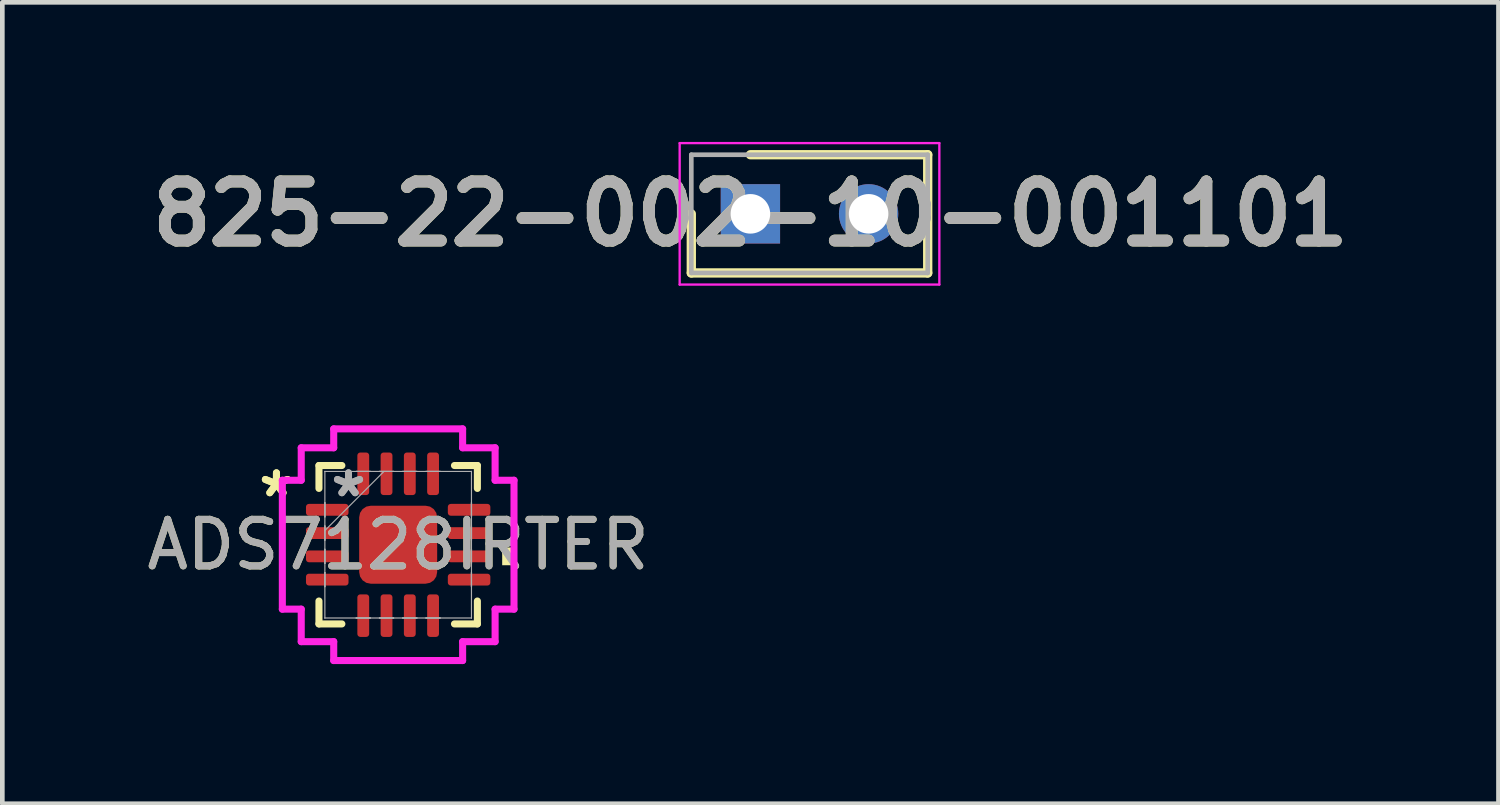
<source format=kicad_pcb>
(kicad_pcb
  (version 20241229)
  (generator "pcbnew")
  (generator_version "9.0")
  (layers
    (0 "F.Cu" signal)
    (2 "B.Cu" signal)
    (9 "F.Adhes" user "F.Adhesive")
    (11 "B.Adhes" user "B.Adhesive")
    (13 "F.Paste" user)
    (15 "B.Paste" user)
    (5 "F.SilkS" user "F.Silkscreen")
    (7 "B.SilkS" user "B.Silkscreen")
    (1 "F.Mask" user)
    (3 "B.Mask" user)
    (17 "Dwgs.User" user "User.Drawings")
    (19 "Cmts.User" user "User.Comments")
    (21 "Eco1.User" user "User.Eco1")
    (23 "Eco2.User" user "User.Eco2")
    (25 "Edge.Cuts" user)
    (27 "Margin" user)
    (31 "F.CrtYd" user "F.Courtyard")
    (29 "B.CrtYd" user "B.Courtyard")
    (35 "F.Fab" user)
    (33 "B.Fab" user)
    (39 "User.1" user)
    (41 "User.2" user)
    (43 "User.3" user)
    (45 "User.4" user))
  (footprint "ADS7128IRTER"
    (layer "F.Cu")
    (at 5.506 8.655)
    (property "Reference" "ADS7128IRTER" (at 0 0 0) (unlocked yes) (layer "F.SilkS") (effects (font (size 1 1) (thickness 0.15))))
    (attr smd)
    (fp_line (start -1.702 -1.702) (end -1.702 -1.21) (stroke (width 0.152) (type solid)) (layer "F.SilkS"))
    (fp_line (start -1.702 1.21) (end -1.702 1.702) (stroke (width 0.152) (type solid)) (layer "F.SilkS"))
    (fp_line (start -1.702 1.702) (end -1.21 1.702) (stroke (width 0.152) (type solid)) (layer "F.SilkS"))
    (fp_line (start -1.21 -1.702) (end -1.702 -1.702) (stroke (width 0.152) (type solid)) (layer "F.SilkS"))
    (fp_line (start 1.21 1.702) (end 1.702 1.702) (stroke (width 0.152) (type solid)) (layer "F.SilkS"))
    (fp_line (start 1.702 -1.702) (end 1.21 -1.702) (stroke (width 0.152) (type solid)) (layer "F.SilkS"))
    (fp_line (start 1.702 -1.21) (end 1.702 -1.702) (stroke (width 0.152) (type solid)) (layer "F.SilkS"))
    (fp_line (start 1.702 1.702) (end 1.702 1.21) (stroke (width 0.152) (type solid)) (layer "F.SilkS"))
    (fp_poly (pts (xy 2.489 0.059) (xy 2.489 0.441) (xy 2.235 0.441) (xy 2.235 0.059)) (stroke (width 0) (type solid)) (fill yes) (layer "F.SilkS"))
    (fp_line (start -2.489 -1.385) (end -2.083 -1.385) (stroke (width 0.152) (type solid)) (layer "F.CrtYd"))
    (fp_line (start -2.489 1.385) (end -2.489 -1.385) (stroke (width 0.152) (type solid)) (layer "F.CrtYd"))
    (fp_line (start -2.083 -2.083) (end -1.385 -2.083) (stroke (width 0.152) (type solid)) (layer "F.CrtYd"))
    (fp_line (start -2.083 -1.385) (end -2.083 -2.083) (stroke (width 0.152) (type solid)) (layer "F.CrtYd"))
    (fp_line (start -2.083 1.385) (end -2.489 1.385) (stroke (width 0.152) (type solid)) (layer "F.CrtYd"))
    (fp_line (start -2.083 2.083) (end -2.083 1.385) (stroke (width 0.152) (type solid)) (layer "F.CrtYd"))
    (fp_line (start -1.385 -2.489) (end 1.385 -2.489) (stroke (width 0.152) (type solid)) (layer "F.CrtYd"))
    (fp_line (start -1.385 -2.083) (end -1.385 -2.489) (stroke (width 0.152) (type solid)) (layer "F.CrtYd"))
    (fp_line (start -1.385 2.083) (end -2.083 2.083) (stroke (width 0.152) (type solid)) (layer "F.CrtYd"))
    (fp_line (start -1.385 2.489) (end -1.385 2.083) (stroke (width 0.152) (type solid)) (layer "F.CrtYd"))
    (fp_line (start 1.385 -2.489) (end 1.385 -2.083) (stroke (width 0.152) (type solid)) (layer "F.CrtYd"))
    (fp_line (start 1.385 -2.083) (end 2.083 -2.083) (stroke (width 0.152) (type solid)) (layer "F.CrtYd"))
    (fp_line (start 1.385 2.083) (end 1.385 2.489) (stroke (width 0.152) (type solid)) (layer "F.CrtYd"))
    (fp_line (start 1.385 2.489) (end -1.385 2.489) (stroke (width 0.152) (type solid)) (layer "F.CrtYd"))
    (fp_line (start 2.083 -2.083) (end 2.083 -1.385) (stroke (width 0.152) (type solid)) (layer "F.CrtYd"))
    (fp_line (start 2.083 -1.385) (end 2.489 -1.385) (stroke (width 0.152) (type solid)) (layer "F.CrtYd"))
    (fp_line (start 2.083 1.385) (end 2.083 2.083) (stroke (width 0.152) (type solid)) (layer "F.CrtYd"))
    (fp_line (start 2.083 2.083) (end 1.385 2.083) (stroke (width 0.152) (type solid)) (layer "F.CrtYd"))
    (fp_line (start 2.489 -1.385) (end 2.489 1.385) (stroke (width 0.152) (type solid)) (layer "F.CrtYd"))
    (fp_line (start 2.489 1.385) (end 2.083 1.385) (stroke (width 0.152) (type solid)) (layer "F.CrtYd"))
    (fp_line (start -1.575 -1.575) (end -1.575 -1.575) (stroke (width 0.025) (type solid)) (layer "F.Fab"))
    (fp_line (start -1.575 -1.575) (end -1.575 1.575) (stroke (width 0.025) (type solid)) (layer "F.Fab"))
    (fp_line (start -1.575 -0.902) (end -1.575 -0.902) (stroke (width 0.025) (type solid)) (layer "F.Fab"))
    (fp_line (start -1.575 -0.902) (end -1.575 -0.598) (stroke (width 0.025) (type solid)) (layer "F.Fab"))
    (fp_line (start -1.575 -0.598) (end -1.575 -0.902) (stroke (width 0.025) (type solid)) (layer "F.Fab"))
    (fp_line (start -1.575 -0.598) (end -1.575 -0.598) (stroke (width 0.025) (type solid)) (layer "F.Fab"))
    (fp_line (start -1.575 -0.402) (end -1.575 -0.402) (stroke (width 0.025) (type solid)) (layer "F.Fab"))
    (fp_line (start -1.575 -0.402) (end -1.575 -0.098) (stroke (width 0.025) (type solid)) (layer "F.Fab"))
    (fp_line (start -1.575 -0.305) (end -0.305 -1.575) (stroke (width 0.025) (type solid)) (layer "F.Fab"))
    (fp_line (start -1.575 -0.098) (end -1.575 -0.402) (stroke (width 0.025) (type solid)) (layer "F.Fab"))
    (fp_line (start -1.575 -0.098) (end -1.575 -0.098) (stroke (width 0.025) (type solid)) (layer "F.Fab"))
    (fp_line (start -1.575 0.098) (end -1.575 0.098) (stroke (width 0.025) (type solid)) (layer "F.Fab"))
    (fp_line (start -1.575 0.098) (end -1.575 0.402) (stroke (width 0.025) (type solid)) (layer "F.Fab"))
    (fp_line (start -1.575 0.402) (end -1.575 0.098) (stroke (width 0.025) (type solid)) (layer "F.Fab"))
    (fp_line (start -1.575 0.402) (end -1.575 0.402) (stroke (width 0.025) (type solid)) (layer "F.Fab"))
    (fp_line (start -1.575 0.598) (end -1.575 0.598) (stroke (width 0.025) (type solid)) (layer "F.Fab"))
    (fp_line (start -1.575 0.598) (end -1.575 0.902) (stroke (width 0.025) (type solid)) (layer "F.Fab"))
    (fp_line (start -1.575 0.902) (end -1.575 0.598) (stroke (width 0.025) (type solid)) (layer "F.Fab"))
    (fp_line (start -1.575 0.902) (end -1.575 0.902) (stroke (width 0.025) (type solid)) (layer "F.Fab"))
    (fp_line (start -1.575 1.575) (end -1.575 1.575) (stroke (width 0.025) (type solid)) (layer "F.Fab"))
    (fp_line (start -1.575 1.575) (end 1.575 1.575) (stroke (width 0.025) (type solid)) (layer "F.Fab"))
    (fp_line (start -0.902 -1.575) (end -0.902 -1.575) (stroke (width 0.025) (type solid)) (layer "F.Fab"))
    (fp_line (start -0.902 -1.575) (end -0.598 -1.575) (stroke (width 0.025) (type solid)) (layer "F.Fab"))
    (fp_line (start -0.902 1.575) (end -0.902 1.575) (stroke (width 0.025) (type solid)) (layer "F.Fab"))
    (fp_line (start -0.902 1.575) (end -0.598 1.575) (stroke (width 0.025) (type solid)) (layer "F.Fab"))
    (fp_line (start -0.598 -1.575) (end -0.902 -1.575) (stroke (width 0.025) (type solid)) (layer "F.Fab"))
    (fp_line (start -0.598 -1.575) (end -0.598 -1.575) (stroke (width 0.025) (type solid)) (layer "F.Fab"))
    (fp_line (start -0.598 1.575) (end -0.902 1.575) (stroke (width 0.025) (type solid)) (layer "F.Fab"))
    (fp_line (start -0.598 1.575) (end -0.598 1.575) (stroke (width 0.025) (type solid)) (layer "F.Fab"))
    (fp_line (start -0.402 -1.575) (end -0.402 -1.575) (stroke (width 0.025) (type solid)) (layer "F.Fab"))
    (fp_line (start -0.402 -1.575) (end -0.098 -1.575) (stroke (width 0.025) (type solid)) (layer "F.Fab"))
    (fp_line (start -0.402 1.575) (end -0.402 1.575) (stroke (width 0.025) (type solid)) (layer "F.Fab"))
    (fp_line (start -0.402 1.575) (end -0.098 1.575) (stroke (width 0.025) (type solid)) (layer "F.Fab"))
    (fp_line (start -0.098 -1.575) (end -0.402 -1.575) (stroke (width 0.025) (type solid)) (layer "F.Fab"))
    (fp_line (start -0.098 -1.575) (end -0.098 -1.575) (stroke (width 0.025) (type solid)) (layer "F.Fab"))
    (fp_line (start -0.098 1.575) (end -0.402 1.575) (stroke (width 0.025) (type solid)) (layer "F.Fab"))
    (fp_line (start -0.098 1.575) (end -0.098 1.575) (stroke (width 0.025) (type solid)) (layer "F.Fab"))
    (fp_line (start 0.098 -1.575) (end 0.098 -1.575) (stroke (width 0.025) (type solid)) (layer "F.Fab"))
    (fp_line (start 0.098 -1.575) (end 0.402 -1.575) (stroke (width 0.025) (type solid)) (layer "F.Fab"))
    (fp_line (start 0.098 1.575) (end 0.098 1.575) (stroke (width 0.025) (type solid)) (layer "F.Fab"))
    (fp_line (start 0.098 1.575) (end 0.402 1.575) (stroke (width 0.025) (type solid)) (layer "F.Fab"))
    (fp_line (start 0.402 -1.575) (end 0.098 -1.575) (stroke (width 0.025) (type solid)) (layer "F.Fab"))
    (fp_line (start 0.402 -1.575) (end 0.402 -1.575) (stroke (width 0.025) (type solid)) (layer "F.Fab"))
    (fp_line (start 0.402 1.575) (end 0.098 1.575) (stroke (width 0.025) (type solid)) (layer "F.Fab"))
    (fp_line (start 0.402 1.575) (end 0.402 1.575) (stroke (width 0.025) (type solid)) (layer "F.Fab"))
    (fp_line (start 0.598 -1.575) (end 0.598 -1.575) (stroke (width 0.025) (type solid)) (layer "F.Fab"))
    (fp_line (start 0.598 -1.575) (end 0.902 -1.575) (stroke (width 0.025) (type solid)) (layer "F.Fab"))
    (fp_line (start 0.598 1.575) (end 0.598 1.575) (stroke (width 0.025) (type solid)) (layer "F.Fab"))
    (fp_line (start 0.598 1.575) (end 0.902 1.575) (stroke (width 0.025) (type solid)) (layer "F.Fab"))
    (fp_line (start 0.902 -1.575) (end 0.598 -1.575) (stroke (width 0.025) (type solid)) (layer "F.Fab"))
    (fp_line (start 0.902 -1.575) (end 0.902 -1.575) (stroke (width 0.025) (type solid)) (layer "F.Fab"))
    (fp_line (start 0.902 1.575) (end 0.598 1.575) (stroke (width 0.025) (type solid)) (layer "F.Fab"))
    (fp_line (start 0.902 1.575) (end 0.902 1.575) (stroke (width 0.025) (type solid)) (layer "F.Fab"))
    (fp_line (start 1.575 -1.575) (end -1.575 -1.575) (stroke (width 0.025) (type solid)) (layer "F.Fab"))
    (fp_line (start 1.575 -1.575) (end 1.575 -1.575) (stroke (width 0.025) (type solid)) (layer "F.Fab"))
    (fp_line (start 1.575 -0.902) (end 1.575 -0.902) (stroke (width 0.025) (type solid)) (layer "F.Fab"))
    (fp_line (start 1.575 -0.902) (end 1.575 -0.598) (stroke (width 0.025) (type solid)) (layer "F.Fab"))
    (fp_line (start 1.575 -0.598) (end 1.575 -0.902) (stroke (width 0.025) (type solid)) (layer "F.Fab"))
    (fp_line (start 1.575 -0.598) (end 1.575 -0.598) (stroke (width 0.025) (type solid)) (layer "F.Fab"))
    (fp_line (start 1.575 -0.402) (end 1.575 -0.402) (stroke (width 0.025) (type solid)) (layer "F.Fab"))
    (fp_line (start 1.575 -0.402) (end 1.575 -0.098) (stroke (width 0.025) (type solid)) (layer "F.Fab"))
    (fp_line (start 1.575 -0.098) (end 1.575 -0.402) (stroke (width 0.025) (type solid)) (layer "F.Fab"))
    (fp_line (start 1.575 -0.098) (end 1.575 -0.098) (stroke (width 0.025) (type solid)) (layer "F.Fab"))
    (fp_line (start 1.575 0.098) (end 1.575 0.098) (stroke (width 0.025) (type solid)) (layer "F.Fab"))
    (fp_line (start 1.575 0.098) (end 1.575 0.402) (stroke (width 0.025) (type solid)) (layer "F.Fab"))
    (fp_line (start 1.575 0.402) (end 1.575 0.098) (stroke (width 0.025) (type solid)) (layer "F.Fab"))
    (fp_line (start 1.575 0.402) (end 1.575 0.402) (stroke (width 0.025) (type solid)) (layer "F.Fab"))
    (fp_line (start 1.575 0.598) (end 1.575 0.598) (stroke (width 0.025) (type solid)) (layer "F.Fab"))
    (fp_line (start 1.575 0.598) (end 1.575 0.902) (stroke (width 0.025) (type solid)) (layer "F.Fab"))
    (fp_line (start 1.575 0.902) (end 1.575 0.598) (stroke (width 0.025) (type solid)) (layer "F.Fab"))
    (fp_line (start 1.575 0.902) (end 1.575 0.902) (stroke (width 0.025) (type solid)) (layer "F.Fab"))
    (fp_line (start 1.575 1.575) (end 1.575 -1.575) (stroke (width 0.025) (type solid)) (layer "F.Fab"))
    (fp_line (start 1.575 1.575) (end 1.575 1.575) (stroke (width 0.025) (type solid)) (layer "F.Fab"))
    (fp_text user "*" (at -2.616 -1 0) (layer "F.SilkS") (effects (font (size 1 1) (thickness 0.15))))
    (fp_text user "*" (at -2.616 -1 0) (unlocked yes) (layer "F.SilkS") (effects (font (size 1 1) (thickness 0.15))))
    (fp_text user "${REFERENCE}" (at 0 0 0) (unlocked yes) (layer "F.Fab") (effects (font (size 1 1) (thickness 0.15))))
    (fp_text user "*" (at -1.067 -1 0) (unlocked yes) (layer "F.Fab") (effects (font (size 1 1) (thickness 0.15))))
    (fp_text user "*" (at -1.067 -1 0) (layer "F.Fab") (effects (font (size 1 1) (thickness 0.15))))
    (pad "1" smd roundrect (at -1.524 -0.75 90) (size 0.254 0.914) (layers "F.Cu" "F.Mask" "F.Paste") (roundrect_rratio 0.25))
    (pad "2" smd roundrect (at -1.524 -0.25 90) (size 0.254 0.914) (layers "F.Cu" "F.Mask" "F.Paste") (roundrect_rratio 0.25))
    (pad "3" smd roundrect (at -1.524 0.25 90) (size 0.254 0.914) (layers "F.Cu" "F.Mask" "F.Paste") (roundrect_rratio 0.25))
    (pad "4" smd roundrect (at -1.524 0.75 90) (size 0.254 0.914) (layers "F.Cu" "F.Mask" "F.Paste") (roundrect_rratio 0.25))
    (pad "5" smd roundrect (at -0.75 1.524) (size 0.254 0.914) (layers "F.Cu" "F.Mask" "F.Paste") (roundrect_rratio 0.25))
    (pad "6" smd roundrect (at -0.25 1.524) (size 0.254 0.914) (layers "F.Cu" "F.Mask" "F.Paste") (roundrect_rratio 0.25))
    (pad "7" smd roundrect (at 0.25 1.524) (size 0.254 0.914) (layers "F.Cu" "F.Mask" "F.Paste") (roundrect_rratio 0.25))
    (pad "8" smd roundrect (at 0.75 1.524) (size 0.254 0.914) (layers "F.Cu" "F.Mask" "F.Paste") (roundrect_rratio 0.25))
    (pad "9" smd roundrect (at 1.524 0.75 90) (size 0.254 0.914) (layers "F.Cu" "F.Mask" "F.Paste") (roundrect_rratio 0.25))
    (pad "10" smd roundrect (at 1.524 0.25 90) (size 0.254 0.914) (layers "F.Cu" "F.Mask" "F.Paste") (roundrect_rratio 0.25))
    (pad "11" smd roundrect (at 1.524 -0.25 90) (size 0.254 0.914) (layers "F.Cu" "F.Mask" "F.Paste") (roundrect_rratio 0.25))
    (pad "12" smd roundrect (at 1.524 -0.75 90) (size 0.254 0.914) (layers "F.Cu" "F.Mask" "F.Paste") (roundrect_rratio 0.25))
    (pad "13" smd roundrect (at 0.75 -1.524) (size 0.254 0.914) (layers "F.Cu" "F.Mask" "F.Paste") (roundrect_rratio 0.25))
    (pad "14" smd roundrect (at 0.25 -1.524) (size 0.254 0.914) (layers "F.Cu" "F.Mask" "F.Paste") (roundrect_rratio 0.25))
    (pad "15" smd roundrect (at -0.25 -1.524) (size 0.254 0.914) (layers "F.Cu" "F.Mask" "F.Paste") (roundrect_rratio 0.25))
    (pad "16" smd roundrect (at -0.75 -1.524) (size 0.254 0.914) (layers "F.Cu" "F.Mask" "F.Paste") (roundrect_rratio 0.25))
    (pad "17" smd roundrect (at 0 0) (size 1.676 1.676) (layers "F.Cu" "F.Mask" "F.Paste") (roundrect_rratio 0.149)))
  (footprint "825-22-002-10-001101"
    (layer "F.Cu")
    (at 13.075 1.545)
    (property "Reference" "825-22-002-10-001101" (at 0 0 0) (layer "F.SilkS") (effects (font (size 1.27 1.27) (thickness 0.254))))
    (attr through_hole)
    (fp_line (start -1.27 0) (end -1.27 1.27) (stroke (width 0.2) (type solid)) (layer "F.SilkS"))
    (fp_line (start -1.27 1.27) (end 3.81 1.27) (stroke (width 0.2) (type solid)) (layer "F.SilkS"))
    (fp_line (start 3.81 -1.27) (end 0 -1.27) (stroke (width 0.2) (type solid)) (layer "F.SilkS"))
    (fp_line (start 3.81 1.27) (end 3.81 -1.27) (stroke (width 0.2) (type solid)) (layer "F.SilkS"))
    (fp_line (start -1.52 -1.52) (end 4.06 -1.52) (stroke (width 0.05) (type solid)) (layer "F.CrtYd"))
    (fp_line (start -1.52 1.52) (end -1.52 -1.52) (stroke (width 0.05) (type solid)) (layer "F.CrtYd"))
    (fp_line (start 4.06 -1.52) (end 4.06 1.52) (stroke (width 0.05) (type solid)) (layer "F.CrtYd"))
    (fp_line (start 4.06 1.52) (end -1.52 1.52) (stroke (width 0.05) (type solid)) (layer "F.CrtYd"))
    (fp_line (start -1.27 -1.27) (end 3.81 -1.27) (stroke (width 0.1) (type solid)) (layer "F.Fab"))
    (fp_line (start -1.27 1.27) (end -1.27 -1.27) (stroke (width 0.1) (type solid)) (layer "F.Fab"))
    (fp_line (start 3.81 -1.27) (end 3.81 1.27) (stroke (width 0.1) (type solid)) (layer "F.Fab"))
    (fp_line (start 3.81 1.27) (end -1.27 1.27) (stroke (width 0.1) (type solid)) (layer "F.Fab"))
    (fp_text user "${REFERENCE}" (at 0 0 0) (layer "F.Fab") (effects (font (size 1.27 1.27) (thickness 0.254))))
    (pad "1" thru_hole rect (at 0 0) (size 1.275 1.275) (drill 0.85) (layers "*.Cu" "*.Mask"))
    (pad "2" thru_hole circle (at 2.54 0) (size 1.275 1.275) (drill 0.85) (layers "*.Cu" "*.Mask")))
  (gr_rect
    (start -3 -3)
    (end 29.15 14.221)
    (stroke (width 0.1) (type default))
    (fill no)
    (layer "Edge.Cuts")))
</source>
